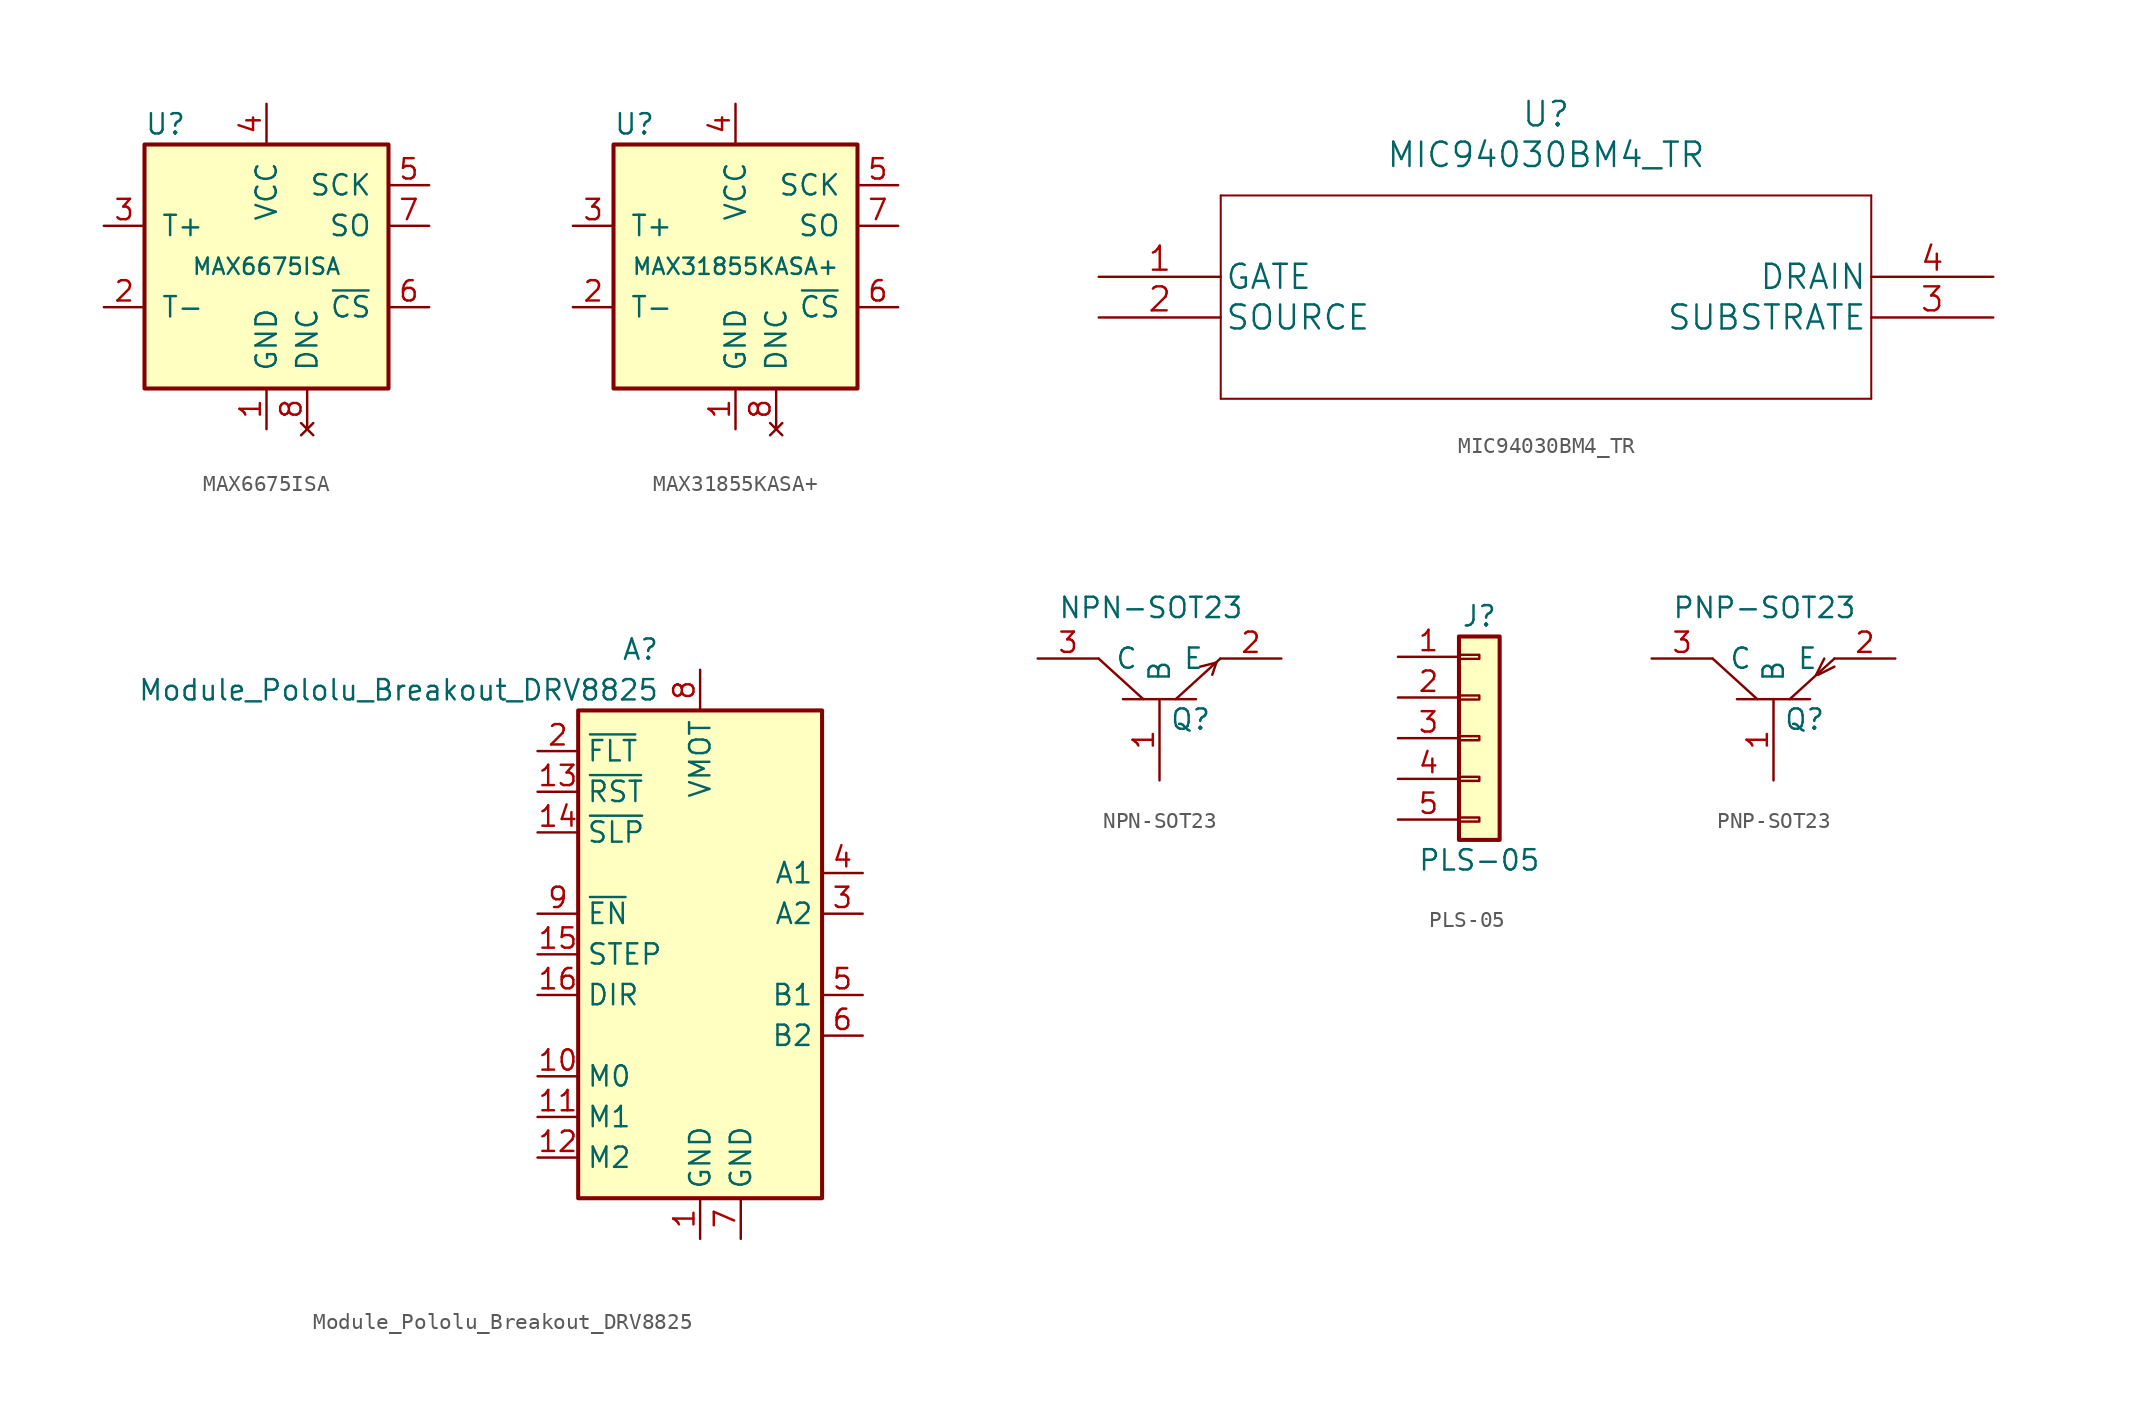
<source format=kicad_sym>
(kicad_symbol_lib
  (version 20211014)
  (generator kicad_symbol_editor)
  (symbol "MAX6675ISA"
    (pin_names
      (offset 1.016))
    (property "Reference" "U"
      (at -7.62 8.89 0)
      (effects (font (size 1.27 1.27)) (justify left)))
    (property "Value" "MAX6675ISA"
      (at 0 0 0)
      (effects (font (size 1.016 1.016))))
    (symbol "MAX6675ISA_0_1"
      (rectangle (start -7.62 7.62) (end 7.62 -7.62) (stroke (width 0.254) (type default) (color 0 0 0 0)) (fill (type background))))
    (symbol "MAX6675ISA_1_1"
      (pin power_in line (at 0 -10.16 90) (length 2.54) (name "GND" (effects (font (size 1.27 1.27)))) (number "1" (effects (font (size 1.27 1.27)))))
      (pin passive line (at -10.16 -2.54 0) (length 2.54) (name "T-" (effects (font (size 1.27 1.27)))) (number "2" (effects (font (size 1.27 1.27)))))
      (pin passive line (at -10.16 2.54 0) (length 2.54) (name "T+" (effects (font (size 1.27 1.27)))) (number "3" (effects (font (size 1.27 1.27)))))
      (pin power_in line (at 0 10.16 270) (length 2.54) (name "VCC" (effects (font (size 1.27 1.27)))) (number "4" (effects (font (size 1.27 1.27)))))
      (pin input line (at 10.16 5.08 180) (length 2.54) (name "SCK" (effects (font (size 1.27 1.27)))) (number "5" (effects (font (size 1.27 1.27)))))
      (pin input line (at 10.16 -2.54 180) (length 2.54) (name "~{CS}" (effects (font (size 1.27 1.27)))) (number "6" (effects (font (size 1.27 1.27)))))
      (pin tri_state line (at 10.16 2.54 180) (length 2.54) (name "SO" (effects (font (size 1.27 1.27)))) (number "7" (effects (font (size 1.27 1.27)))))
      (pin no_connect line (at 2.54 -10.16 90) (length 2.54) (name "DNC" (effects (font (size 1.27 1.27)))) (number "8" (effects (font (size 1.27 1.27)))))))
  (symbol "MAX31855KASA+"
    (pin_names
      (offset 1.016))
    (property "Reference" "U"
      (at -7.62 8.89 0)
      (effects (font (size 1.27 1.27)) (justify left)))
    (property "Value" "MAX31855KASA+"
      (at 0 0 0)
      (effects (font (size 1.016 1.016))))
    (symbol "MAX31855KASA+_0_1"
      (rectangle (start -7.62 7.62) (end 7.62 -7.62) (stroke (width 0.254) (type default) (color 0 0 0 0)) (fill (type background))))
    (symbol "MAX31855KASA+_1_1"
      (pin power_in line (at 0 -10.16 90) (length 2.54) (name "GND" (effects (font (size 1.27 1.27)))) (number "1" (effects (font (size 1.27 1.27)))))
      (pin passive line (at -10.16 -2.54 0) (length 2.54) (name "T-" (effects (font (size 1.27 1.27)))) (number "2" (effects (font (size 1.27 1.27)))))
      (pin passive line (at -10.16 2.54 0) (length 2.54) (name "T+" (effects (font (size 1.27 1.27)))) (number "3" (effects (font (size 1.27 1.27)))))
      (pin power_in line (at 0 10.16 270) (length 2.54) (name "VCC" (effects (font (size 1.27 1.27)))) (number "4" (effects (font (size 1.27 1.27)))))
      (pin input line (at 10.16 5.08 180) (length 2.54) (name "SCK" (effects (font (size 1.27 1.27)))) (number "5" (effects (font (size 1.27 1.27)))))
      (pin input line (at 10.16 -2.54 180) (length 2.54) (name "~{CS}" (effects (font (size 1.27 1.27)))) (number "6" (effects (font (size 1.27 1.27)))))
      (pin tri_state line (at 10.16 2.54 180) (length 2.54) (name "SO" (effects (font (size 1.27 1.27)))) (number "7" (effects (font (size 1.27 1.27)))))
      (pin no_connect line (at 2.54 -10.16 90) (length 2.54) (name "DNC" (effects (font (size 1.27 1.27)))) (number "8" (effects (font (size 1.27 1.27)))))))
  (symbol "MIC94030BM4_TR"
    (pin_names
      (offset 0.254))
    (property "Reference" "U"
      (at 27.94 10.16 0)
      (effects (font (size 1.524 1.524))))
    (property "Value" "MIC94030BM4_TR"
      (at 27.94 7.62 0)
      (effects (font (size 1.524 1.524))))
    (property "Datasheet" ""
      (at 0 0 0)
      (effects (font (size 1.524 1.524))))
    (property "ki_locked" ""
      (at 0 0 0)
      (effects (font (size 1.27 1.27))))
    (symbol "MIC94030BM4_TR_1_1"
      (polyline (pts (xy 7.62 -7.62) (xy 48.26 -7.62)) (stroke (width 0.127) (type default) (color 0 0 0 0)) (fill (type none)))
      (polyline (pts (xy 7.62 5.08) (xy 7.62 -7.62)) (stroke (width 0.127) (type default) (color 0 0 0 0)) (fill (type none)))
      (polyline (pts (xy 48.26 -7.62) (xy 48.26 5.08)) (stroke (width 0.127) (type default) (color 0 0 0 0)) (fill (type none)))
      (polyline (pts (xy 48.26 5.08) (xy 7.62 5.08)) (stroke (width 0.127) (type default) (color 0 0 0 0)) (fill (type none)))
      (pin unspecified line (at 0 0 0) (length 7.62) (name "GATE" (effects (font (size 1.499 1.499)))) (number "1" (effects (font (size 1.499 1.499)))))
      (pin unspecified line (at 0 -2.54 0) (length 7.62) (name "SOURCE" (effects (font (size 1.499 1.499)))) (number "2" (effects (font (size 1.499 1.499)))))
      (pin unspecified line (at 55.88 -2.54 180) (length 7.62) (name "SUBSTRATE" (effects (font (size 1.499 1.499)))) (number "3" (effects (font (size 1.499 1.499)))))
      (pin unspecified line (at 55.88 0 180) (length 7.62) (name "DRAIN" (effects (font (size 1.499 1.499)))) (number "4" (effects (font (size 1.499 1.499)))))))
  (symbol "Module_Pololu_Breakout_DRV8825"
    (property "Reference" "A"
      (at -2.54 16.51 0)
      (effects (font (size 1.27 1.27)) (justify right)))
    (property "Value" "Module_Pololu_Breakout_DRV8825"
      (at -2.54 13.97 0)
      (effects (font (size 1.27 1.27)) (justify right)))
    (symbol "Module_Pololu_Breakout_DRV8825_0_1"
      (rectangle (start 7.62 -17.78) (end -7.62 12.7) (stroke (width 0.254) (type default) (color 0 0 0 0)) (fill (type background))))
    (symbol "Module_Pololu_Breakout_DRV8825_1_1"
      (pin power_in line (at 0 -20.32 90) (length 2.54) (name "GND" (effects (font (size 1.27 1.27)))) (number "1" (effects (font (size 1.27 1.27)))))
      (pin input line (at -10.16 -10.16 0) (length 2.54) (name "M0" (effects (font (size 1.27 1.27)))) (number "10" (effects (font (size 1.27 1.27)))))
      (pin input line (at -10.16 -12.7 0) (length 2.54) (name "M1" (effects (font (size 1.27 1.27)))) (number "11" (effects (font (size 1.27 1.27)))))
      (pin input line (at -10.16 -15.24 0) (length 2.54) (name "M2" (effects (font (size 1.27 1.27)))) (number "12" (effects (font (size 1.27 1.27)))))
      (pin input line (at -10.16 7.62 0) (length 2.54) (name "~{RST}" (effects (font (size 1.27 1.27)))) (number "13" (effects (font (size 1.27 1.27)))))
      (pin input line (at -10.16 5.08 0) (length 2.54) (name "~{SLP}" (effects (font (size 1.27 1.27)))) (number "14" (effects (font (size 1.27 1.27)))))
      (pin input line (at -10.16 -2.54 0) (length 2.54) (name "STEP" (effects (font (size 1.27 1.27)))) (number "15" (effects (font (size 1.27 1.27)))))
      (pin input line (at -10.16 -5.08 0) (length 2.54) (name "DIR" (effects (font (size 1.27 1.27)))) (number "16" (effects (font (size 1.27 1.27)))))
      (pin bidirectional line (at -10.16 10.16 0) (length 2.54) (name "~{FLT}" (effects (font (size 1.27 1.27)))) (number "2" (effects (font (size 1.27 1.27)))))
      (pin output line (at 10.16 0 180) (length 2.54) (name "A2" (effects (font (size 1.27 1.27)))) (number "3" (effects (font (size 1.27 1.27)))))
      (pin output line (at 10.16 2.54 180) (length 2.54) (name "A1" (effects (font (size 1.27 1.27)))) (number "4" (effects (font (size 1.27 1.27)))))
      (pin output line (at 10.16 -5.08 180) (length 2.54) (name "B1" (effects (font (size 1.27 1.27)))) (number "5" (effects (font (size 1.27 1.27)))))
      (pin output line (at 10.16 -7.62 180) (length 2.54) (name "B2" (effects (font (size 1.27 1.27)))) (number "6" (effects (font (size 1.27 1.27)))))
      (pin power_in line (at 2.54 -20.32 90) (length 2.54) (name "GND" (effects (font (size 1.27 1.27)))) (number "7" (effects (font (size 1.27 1.27)))))
      (pin power_in line (at 0 15.24 270) (length 2.54) (name "VMOT" (effects (font (size 1.27 1.27)))) (number "8" (effects (font (size 1.27 1.27)))))
      (pin input line (at -10.16 0 0) (length 2.54) (name "~{EN}" (effects (font (size 1.27 1.27)))) (number "9" (effects (font (size 1.27 1.27)))))))
  (symbol "NPN-SOT23"
    (pin_names
      (offset 1.016))
    (property "Reference" "Q"
      (at 0.635 -3.81 0)
      (effects (font (size 1.27 1.27)) (justify left)))
    (property "Value" "NPN-SOT23"
      (at -6.35 3.175 0)
      (effects (font (size 1.27 1.27)) (justify left)))
    (symbol "NPN-SOT23_0_1"
      (polyline (pts (xy -2.286 -2.54) (xy 2.286 -2.54)) (stroke (width 0) (type default) (color 0 0 0 0)) (fill (type none)))
      (polyline (pts (xy -1.016 -2.54) (xy -3.81 0)) (stroke (width 0) (type default) (color 0 0 0 0)) (fill (type none)))
      (polyline (pts (xy 3.556 -0.254) (xy 2.54 -0.508)) (stroke (width 0) (type default) (color 0 0 0 0)) (fill (type none)))
      (polyline (pts (xy 3.556 -0.254) (xy 3.302 -1.016)) (stroke (width 0) (type default) (color 0 0 0 0)) (fill (type none)))
      (polyline (pts (xy 3.81 0) (xy 1.016 -2.54)) (stroke (width 0) (type default) (color 0 0 0 0)) (fill (type none))))
    (symbol "NPN-SOT23_1_1"
      (pin passive line (at 0 -7.62 90) (length 5.08) (name "B" (effects (font (size 1.27 1.27)))) (number "1" (effects (font (size 1.27 1.27)))))
      (pin passive line (at 7.62 0 180) (length 3.81) (name "E" (effects (font (size 1.27 1.27)))) (number "2" (effects (font (size 1.27 1.27)))))
      (pin passive line (at -7.62 0 0) (length 3.81) (name "C" (effects (font (size 1.27 1.27)))) (number "3" (effects (font (size 1.27 1.27)))))))
  (symbol "PLS-05"
    (pin_names
      (offset 1.016) hide)
    (property "Reference" "J"
      (at 0 7.62 0)
      (effects (font (size 1.27 1.27))))
    (property "Value" "PLS-05"
      (at 0 -7.62 0)
      (effects (font (size 1.27 1.27))))
    (symbol "PLS-05_1_1"
      (rectangle (start -1.27 -4.953) (end 0 -5.207) (stroke (width 0.152) (type default) (color 0 0 0 0)) (fill (type none)))
      (rectangle (start -1.27 -2.413) (end 0 -2.667) (stroke (width 0.152) (type default) (color 0 0 0 0)) (fill (type none)))
      (rectangle (start -1.27 0.127) (end 0 -0.127) (stroke (width 0.152) (type default) (color 0 0 0 0)) (fill (type none)))
      (rectangle (start -1.27 2.667) (end 0 2.413) (stroke (width 0.152) (type default) (color 0 0 0 0)) (fill (type none)))
      (rectangle (start -1.27 5.207) (end 0 4.953) (stroke (width 0.152) (type default) (color 0 0 0 0)) (fill (type none)))
      (rectangle (start -1.27 6.35) (end 1.27 -6.35) (stroke (width 0.254) (type default) (color 0 0 0 0)) (fill (type background)))
      (pin passive line (at -5.08 5.08 0) (length 3.81) (name "Pin_1" (effects (font (size 1.27 1.27)))) (number "1" (effects (font (size 1.27 1.27)))))
      (pin passive line (at -5.08 2.54 0) (length 3.81) (name "Pin_2" (effects (font (size 1.27 1.27)))) (number "2" (effects (font (size 1.27 1.27)))))
      (pin passive line (at -5.08 0 0) (length 3.81) (name "Pin_3" (effects (font (size 1.27 1.27)))) (number "3" (effects (font (size 1.27 1.27)))))
      (pin passive line (at -5.08 -2.54 0) (length 3.81) (name "Pin_4" (effects (font (size 1.27 1.27)))) (number "4" (effects (font (size 1.27 1.27)))))
      (pin passive line (at -5.08 -5.08 0) (length 3.81) (name "Pin_5" (effects (font (size 1.27 1.27)))) (number "5" (effects (font (size 1.27 1.27)))))))
  (symbol "PNP-SOT23"
    (pin_names
      (offset 1.016))
    (property "Reference" "Q"
      (at 0.635 -3.81 0)
      (effects (font (size 1.27 1.27)) (justify left)))
    (property "Value" "PNP-SOT23"
      (at -6.35 3.175 0)
      (effects (font (size 1.27 1.27)) (justify left)))
    (symbol "PNP-SOT23_0_1"
      (polyline (pts (xy -2.286 -2.54) (xy 2.286 -2.54)) (stroke (width 0) (type default) (color 0 0 0 0)) (fill (type none)))
      (polyline (pts (xy -1.016 -2.54) (xy -3.81 0)) (stroke (width 0) (type default) (color 0 0 0 0)) (fill (type none)))
      (polyline (pts (xy 3.175 0) (xy 2.667 -1.016)) (stroke (width 0) (type default) (color 0 0 0 0)) (fill (type none)))
      (polyline (pts (xy 3.81 -0.508) (xy 2.794 -1.016)) (stroke (width 0) (type default) (color 0 0 0 0)) (fill (type none)))
      (polyline (pts (xy 3.81 0) (xy 1.016 -2.54)) (stroke (width 0) (type default) (color 0 0 0 0)) (fill (type none))))
    (symbol "PNP-SOT23_1_1"
      (pin passive line (at 0 -7.62 90) (length 5.08) (name "B" (effects (font (size 1.27 1.27)))) (number "1" (effects (font (size 1.27 1.27)))))
      (pin passive line (at 7.62 0 180) (length 3.81) (name "E" (effects (font (size 1.27 1.27)))) (number "2" (effects (font (size 1.27 1.27)))))
      (pin passive line (at -7.62 0 0) (length 3.81) (name "C" (effects (font (size 1.27 1.27)))) (number "3" (effects (font (size 1.27 1.27))))))))
</source>
